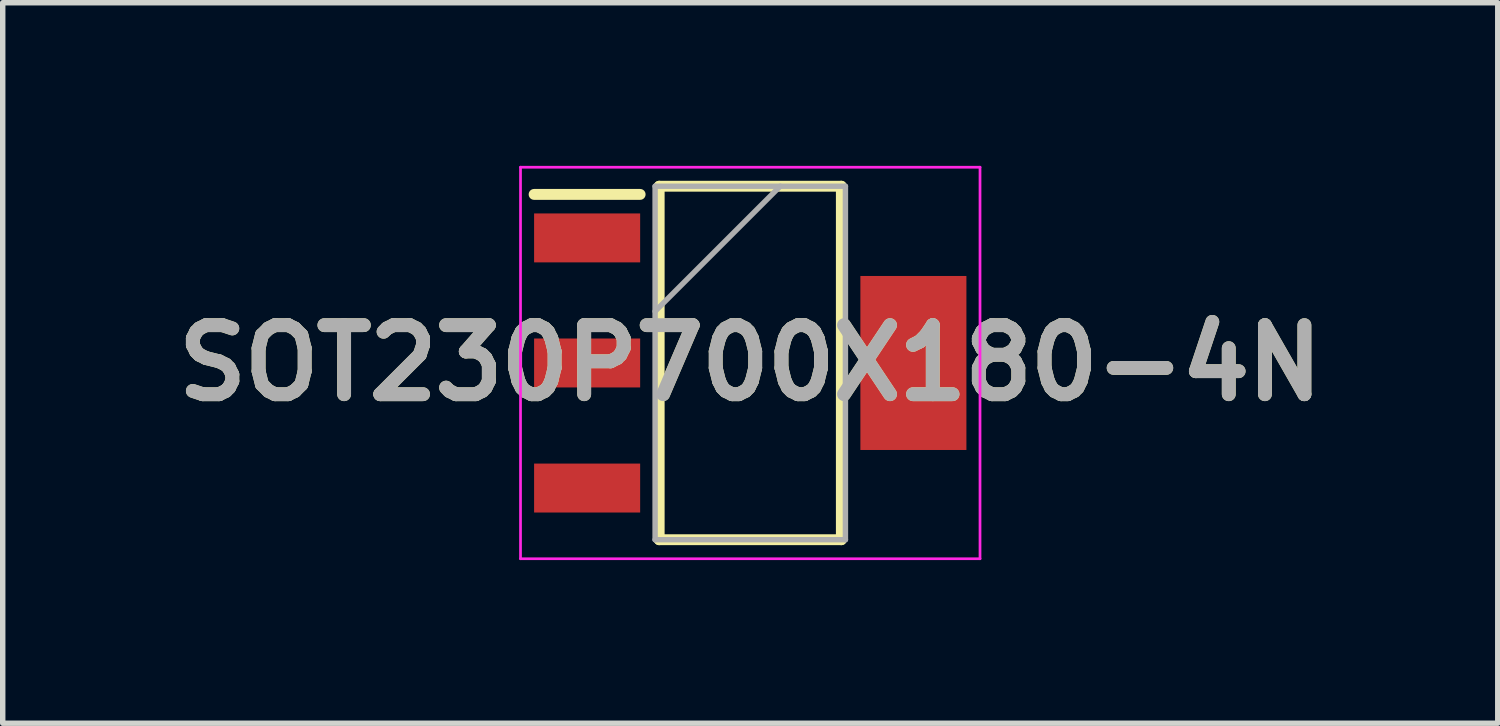
<source format=kicad_pcb>
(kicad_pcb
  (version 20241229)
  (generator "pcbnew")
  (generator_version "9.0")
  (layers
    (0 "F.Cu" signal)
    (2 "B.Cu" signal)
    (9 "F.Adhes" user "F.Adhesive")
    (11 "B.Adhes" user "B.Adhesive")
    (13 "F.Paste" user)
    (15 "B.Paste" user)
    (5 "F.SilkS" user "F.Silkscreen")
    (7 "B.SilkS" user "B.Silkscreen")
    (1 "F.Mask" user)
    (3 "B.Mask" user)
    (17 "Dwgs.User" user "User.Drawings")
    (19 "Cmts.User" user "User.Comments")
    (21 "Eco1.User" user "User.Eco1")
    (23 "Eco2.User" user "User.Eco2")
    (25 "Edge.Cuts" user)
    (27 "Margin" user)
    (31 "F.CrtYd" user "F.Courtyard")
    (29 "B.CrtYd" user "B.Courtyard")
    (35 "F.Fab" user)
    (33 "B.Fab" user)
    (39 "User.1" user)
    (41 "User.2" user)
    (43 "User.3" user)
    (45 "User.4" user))
  (footprint "SOT230P700X180-4N"
    (layer "F.Cu")
    (at 10.747 3.625)
    (property "Reference" "SOT230P700X180-4N" (at 0 0 0) (layer "F.SilkS") (effects (font (size 1.27 1.27) (thickness 0.254))))
    (attr smd)
    (fp_line (start -3.975 -3.1) (end -2.025 -3.1) (stroke (width 0.2) (type solid)) (layer "F.SilkS"))
    (fp_line (start -1.675 -3.25) (end 1.675 -3.25) (stroke (width 0.2) (type solid)) (layer "F.SilkS"))
    (fp_line (start -1.675 3.25) (end -1.675 -3.25) (stroke (width 0.2) (type solid)) (layer "F.SilkS"))
    (fp_line (start 1.675 -3.25) (end 1.675 3.25) (stroke (width 0.2) (type solid)) (layer "F.SilkS"))
    (fp_line (start 1.675 3.25) (end -1.675 3.25) (stroke (width 0.2) (type solid)) (layer "F.SilkS"))
    (fp_line (start -4.225 -3.6) (end 4.225 -3.6) (stroke (width 0.05) (type solid)) (layer "F.CrtYd"))
    (fp_line (start -4.225 3.6) (end -4.225 -3.6) (stroke (width 0.05) (type solid)) (layer "F.CrtYd"))
    (fp_line (start 4.225 -3.6) (end 4.225 3.6) (stroke (width 0.05) (type solid)) (layer "F.CrtYd"))
    (fp_line (start 4.225 3.6) (end -4.225 3.6) (stroke (width 0.05) (type solid)) (layer "F.CrtYd"))
    (fp_line (start -1.75 -3.25) (end 1.75 -3.25) (stroke (width 0.1) (type solid)) (layer "F.Fab"))
    (fp_line (start -1.75 -0.95) (end 0.55 -3.25) (stroke (width 0.1) (type solid)) (layer "F.Fab"))
    (fp_line (start -1.75 3.25) (end -1.75 -3.25) (stroke (width 0.1) (type solid)) (layer "F.Fab"))
    (fp_line (start 1.75 -3.25) (end 1.75 3.25) (stroke (width 0.1) (type solid)) (layer "F.Fab"))
    (fp_line (start 1.75 3.25) (end -1.75 3.25) (stroke (width 0.1) (type solid)) (layer "F.Fab"))
    (fp_text user "${REFERENCE}" (at 0 0 0) (layer "F.Fab") (effects (font (size 1.27 1.27) (thickness 0.254))))
    (pad "1" smd rect (at -3 -2.3 90) (size 0.9 1.95) (layers "F.Cu" "F.Mask" "F.Paste"))
    (pad "2" smd rect (at -3 0 90) (size 0.9 1.95) (layers "F.Cu" "F.Mask" "F.Paste"))
    (pad "3" smd rect (at -3 2.3 90) (size 0.9 1.95) (layers "F.Cu" "F.Mask" "F.Paste"))
    (pad "4" smd rect (at 3 0) (size 1.95 3.2) (layers "F.Cu" "F.Mask" "F.Paste")))
  (gr_rect
    (start -3 -3)
    (end 24.493 10.25)
    (stroke (width 0.1) (type default))
    (fill no)
    (layer "Edge.Cuts")))
</source>
